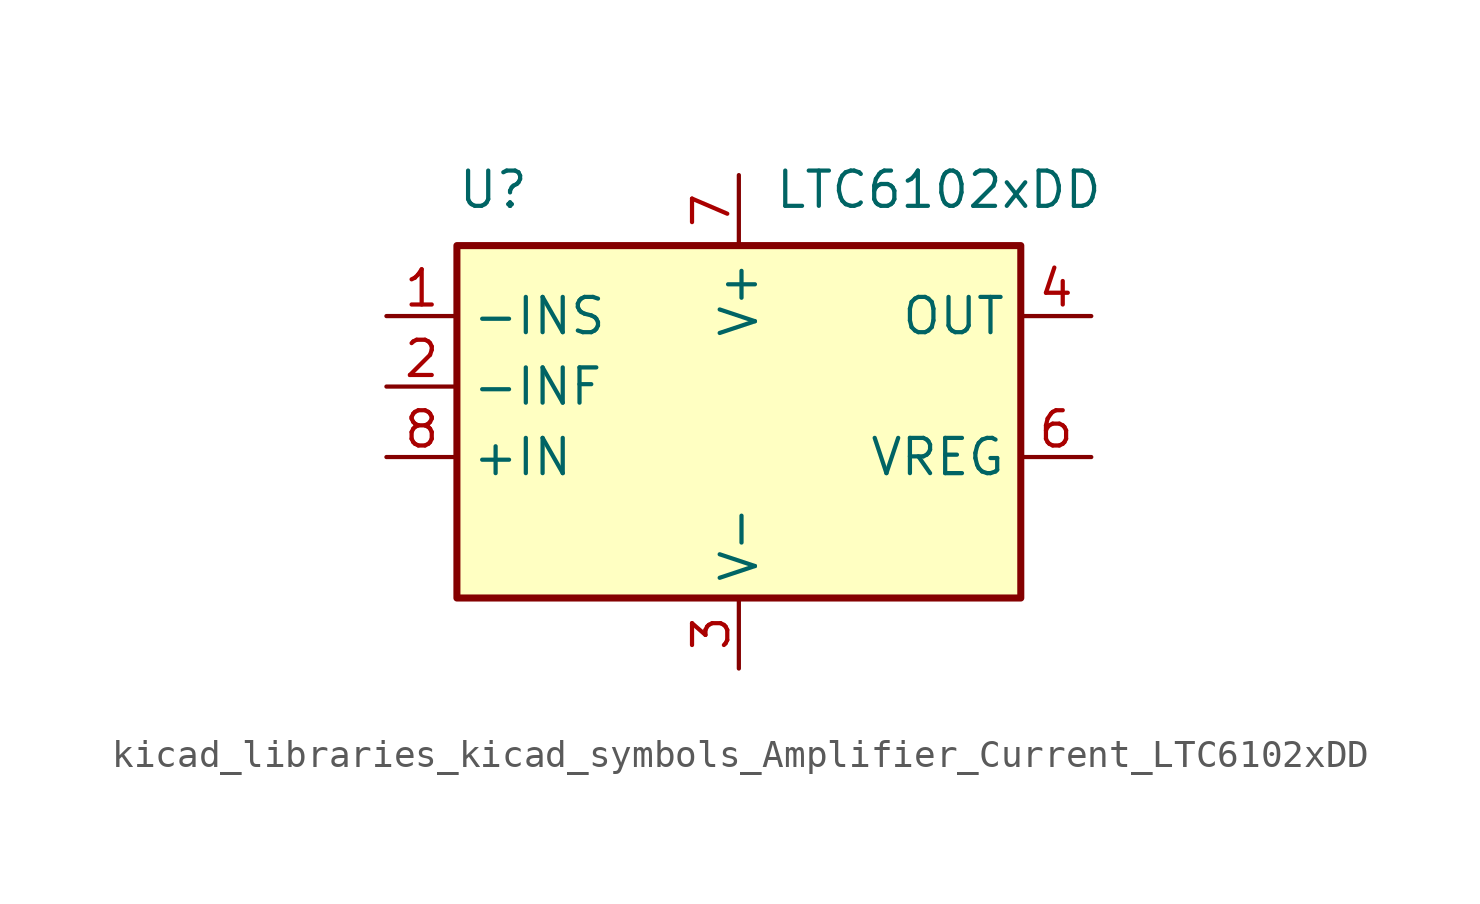
<source format=kicad_sym>
(kicad_symbol_lib
  (version 20220914)
  (generator kicad_symbol_editor)
  (symbol "kicad_libraries_kicad_symbols_Amplifier_Current_LTC6102xDD"
    (property "Reference" "U"
      (at -10.16 8.89 0)
      (effects (font (size 1.27 1.27)) (justify left bottom)))
    (property "Value" "LTC6102xDD"
      (at 1.27 8.89 0)
      (effects (font (size 1.27 1.27)) (justify left bottom)))
    (symbol "kicad_libraries_kicad_symbols_Amplifier_Current_LTC6102xDD_0_1"
      (rectangle (start -10.16 7.62) (end 10.16 -5.08) (stroke (width 0.254) (type default)) (fill (type background))))
    (symbol "kicad_libraries_kicad_symbols_Amplifier_Current_LTC6102xDD_1_1"
      (pin input line (at -12.7 5.08 0) (length 2.54) (name "-INS" (effects (font (size 1.27 1.27)))) (number "1" (effects (font (size 1.27 1.27)))))
      (pin input line (at -12.7 2.54 0) (length 2.54) (name "-INF" (effects (font (size 1.27 1.27)))) (number "2" (effects (font (size 1.27 1.27)))))
      (pin power_in line (at 0 -7.62 90) (length 2.54) (name "V-" (effects (font (size 1.27 1.27)))) (number "3" (effects (font (size 1.27 1.27)))))
      (pin output line (at 12.7 5.08 180) (length 2.54) (name "OUT" (effects (font (size 1.27 1.27)))) (number "4" (effects (font (size 1.27 1.27)))))
      (pin passive line (at 0 -7.62 90) (length 2.54) hide (name "V-" (effects (font (size 1.27 1.27)))) (number "5" (effects (font (size 1.27 1.27)))))
      (pin output line (at 12.7 0 180) (length 2.54) (name "VREG" (effects (font (size 1.27 1.27)))) (number "6" (effects (font (size 1.27 1.27)))))
      (pin power_in line (at 0 10.16 270) (length 2.54) (name "V+" (effects (font (size 1.27 1.27)))) (number "7" (effects (font (size 1.27 1.27)))))
      (pin input line (at -12.7 0 0) (length 2.54) (name "+IN" (effects (font (size 1.27 1.27)))) (number "8" (effects (font (size 1.27 1.27)))))
      (pin passive line (at 0 -7.62 90) (length 2.54) hide (name "V-" (effects (font (size 1.27 1.27)))) (number "9" (effects (font (size 1.27 1.27))))))))
</source>
